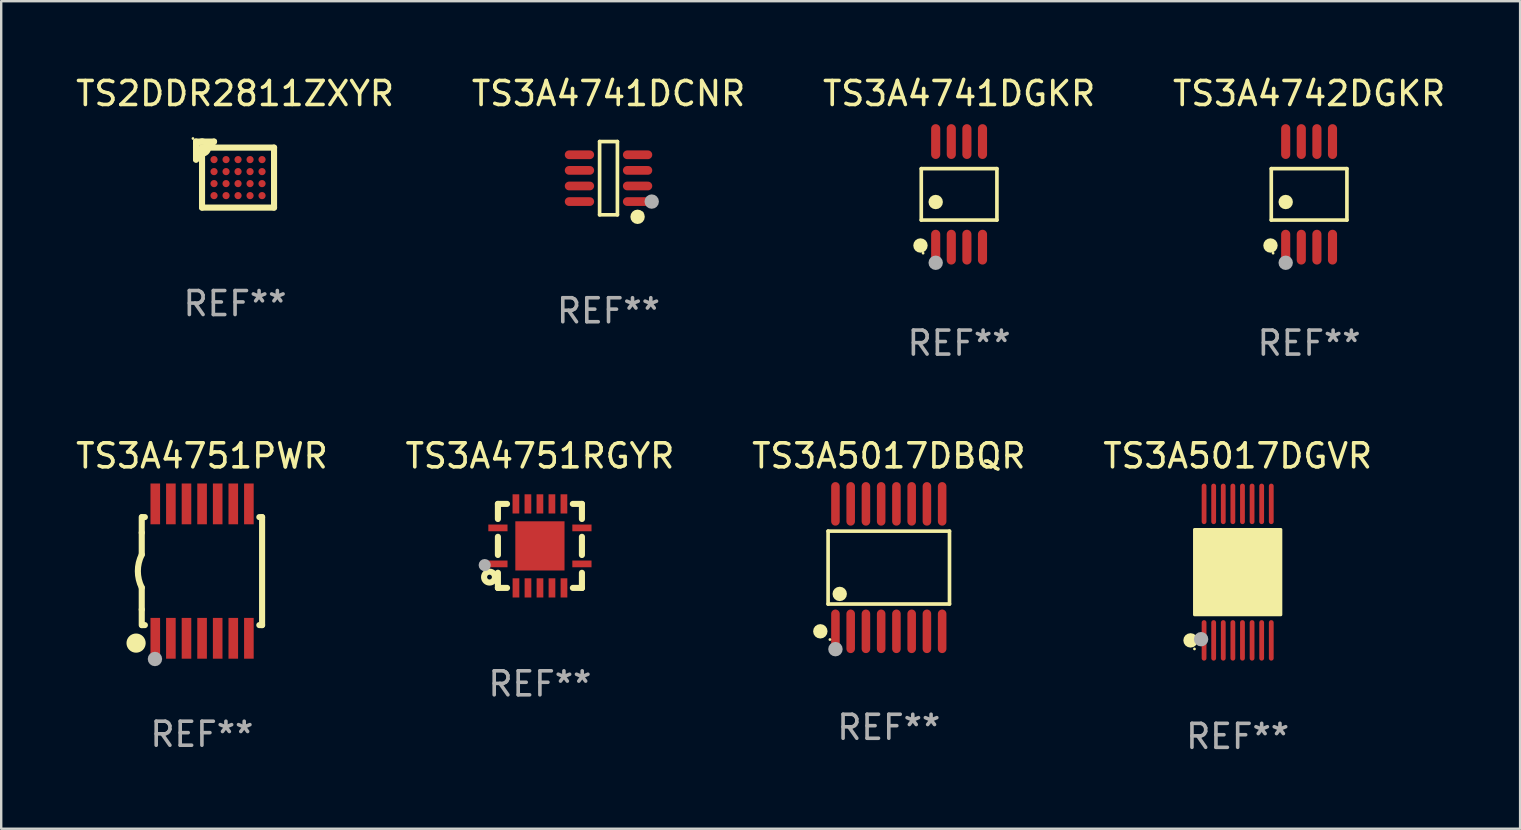
<source format=kicad_pcb>
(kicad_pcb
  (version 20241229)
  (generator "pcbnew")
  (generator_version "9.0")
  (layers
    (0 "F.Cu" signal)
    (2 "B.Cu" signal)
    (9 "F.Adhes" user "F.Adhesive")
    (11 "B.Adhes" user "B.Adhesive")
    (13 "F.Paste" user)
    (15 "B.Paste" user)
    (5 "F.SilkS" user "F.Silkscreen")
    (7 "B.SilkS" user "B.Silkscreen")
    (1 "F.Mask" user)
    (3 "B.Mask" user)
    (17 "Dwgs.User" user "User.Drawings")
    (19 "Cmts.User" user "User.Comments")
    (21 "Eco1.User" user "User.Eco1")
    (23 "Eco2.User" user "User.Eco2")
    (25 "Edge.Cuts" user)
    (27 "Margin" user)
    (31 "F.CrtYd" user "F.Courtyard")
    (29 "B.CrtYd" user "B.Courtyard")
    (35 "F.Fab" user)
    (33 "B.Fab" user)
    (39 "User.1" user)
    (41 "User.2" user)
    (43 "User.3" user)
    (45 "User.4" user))
  (footprint "TS3A4751PWR"
    (layer "F.Cu")
    (at 5.363 20.745)
    (property "Reference" "TS3A4751PWR" (at 0 -4.8 0) (layer "F.SilkS") (effects (font (size 1 1) (thickness 0.15))))
    (attr through_hole)
    (fp_line (start -2.507 -1.6) (end -2.507 -2.25) (stroke (width 0.254) (type solid)) (layer "F.SilkS"))
    (fp_line (start -2.507 -0.686) (end -2.507 -1.6) (stroke (width 0.254) (type solid)) (layer "F.SilkS"))
    (fp_line (start -2.507 1.6) (end -2.507 0.686) (stroke (width 0.254) (type solid)) (layer "F.SilkS"))
    (fp_line (start -2.507 1.6) (end -2.507 2.25) (stroke (width 0.254) (type solid)) (layer "F.SilkS"))
    (fp_line (start -2.493 -2.25) (end -2.377 -2.25) (stroke (width 0.254) (type solid)) (layer "F.SilkS"))
    (fp_line (start -2.377 2.25) (end -2.493 2.25) (stroke (width 0.254) (type solid)) (layer "F.SilkS"))
    (fp_line (start 2.392 -2.25) (end 2.507 -2.25) (stroke (width 0.254) (type solid)) (layer "F.SilkS"))
    (fp_line (start 2.507 -2.25) (end 2.507 2.25) (stroke (width 0.254) (type solid)) (layer "F.SilkS"))
    (fp_line (start 2.507 2.25) (end 2.392 2.25) (stroke (width 0.254) (type solid)) (layer "F.SilkS"))
    (fp_arc (start -2.507303 0.685802) (mid -2.669199 0) (end -2.507303 -0.685801) (stroke (width 0.254001) (type solid)) (layer "F.SilkS"))
    (fp_circle (center -2.743 3) (end -2.543 3) (stroke (width 0.4) (type solid)) (fill no) (layer "F.SilkS"))
    (fp_circle (center -2.493 3.2) (end -2.463 3.2) (stroke (width 0.06) (type solid)) (fill no) (layer "F.SilkS"))
    (fp_circle (center -1.957 3.662) (end -1.807 3.662) (stroke (width 0.3) (type solid)) (fill no) (layer "F.Fab"))
    (fp_text user "REF**" (at 0 6.8 0) (layer "F.Fab") (effects (font (size 1 1) (thickness 0.15))))
    (pad "1" smd rect (at -1.943 2.8) (size 0.4 1.7) (layers "F.Cu" "F.Mask" "F.Paste"))
    (pad "2" smd rect (at -1.293 2.8) (size 0.4 1.7) (layers "F.Cu" "F.Mask" "F.Paste"))
    (pad "3" smd rect (at -0.643 2.8) (size 0.4 1.7) (layers "F.Cu" "F.Mask" "F.Paste"))
    (pad "4" smd rect (at 0.007 2.8) (size 0.4 1.7) (layers "F.Cu" "F.Mask" "F.Paste"))
    (pad "5" smd rect (at 0.657 2.8) (size 0.4 1.7) (layers "F.Cu" "F.Mask" "F.Paste"))
    (pad "6" smd rect (at 1.307 2.8) (size 0.4 1.7) (layers "F.Cu" "F.Mask" "F.Paste"))
    (pad "7" smd rect (at 1.957 2.8) (size 0.4 1.7) (layers "F.Cu" "F.Mask" "F.Paste"))
    (pad "8" smd rect (at 1.957 -2.8) (size 0.4 1.7) (layers "F.Cu" "F.Mask" "F.Paste"))
    (pad "9" smd rect (at 1.307 -2.8) (size 0.4 1.7) (layers "F.Cu" "F.Mask" "F.Paste"))
    (pad "10" smd rect (at 0.657 -2.8) (size 0.4 1.7) (layers "F.Cu" "F.Mask" "F.Paste"))
    (pad "11" smd rect (at 0.007 -2.8) (size 0.4 1.7) (layers "F.Cu" "F.Mask" "F.Paste"))
    (pad "12" smd rect (at -0.643 -2.8) (size 0.4 1.7) (layers "F.Cu" "F.Mask" "F.Paste"))
    (pad "13" smd rect (at -1.293 -2.8) (size 0.4 1.7) (layers "F.Cu" "F.Mask" "F.Paste"))
    (pad "14" smd rect (at -1.943 -2.8) (size 0.4 1.7) (layers "F.Cu" "F.Mask" "F.Paste")))
  (footprint "TS2DDR2811ZXYR"
    (layer "F.Cu")
    (at 6.744 4.224)
    (property "Reference" "TS2DDR2811ZXYR" (at 0 -3.376 0) (layer "F.SilkS") (effects (font (size 1 1) (thickness 0.15))))
    (attr through_hole)
    (fp_line (start -1.626 -1.376) (end -1.626 -0.624) (stroke (width 0.254) (type solid)) (layer "F.SilkS"))
    (fp_line (start -1.626 -0.624) (end -0.876 -1.376) (stroke (width 0.254) (type solid)) (layer "F.SilkS"))
    (fp_line (start -1.377 -1.376) (end -1.626 -1.376) (stroke (width 0.254) (type solid)) (layer "F.SilkS"))
    (fp_line (start -1.377 -1.124) (end 1.626 -1.124) (stroke (width 0.254) (type solid)) (layer "F.SilkS"))
    (fp_line (start -1.376 -1.374) (end -0.876 -1.374) (stroke (width 0.254) (type solid)) (layer "F.SilkS"))
    (fp_line (start -1.376 1.376) (end -1.376 -1.124) (stroke (width 0.254) (type solid)) (layer "F.SilkS"))
    (fp_line (start 1.624 -1.124) (end 1.624 1.376) (stroke (width 0.254) (type solid)) (layer "F.SilkS"))
    (fp_line (start 1.624 1.376) (end -1.376 1.376) (stroke (width 0.254) (type solid)) (layer "F.SilkS"))
    (fp_circle (center -1.753 -1.503) (end -1.723 -1.503) (stroke (width 0.06) (type solid)) (fill no) (layer "F.SilkS"))
    (fp_circle (center -1.375 -1.124) (end -1.25 -1.124) (stroke (width 0.254) (type solid)) (fill no) (layer "F.SilkS"))
    (fp_text user "REF**" (at 0 5.376 0) (layer "F.Fab") (effects (font (size 1 1) (thickness 0.15))))
    (pad "A1" smd circle (at -0.876 -0.624) (size 0.3 0.3) (layers "F.Cu" "F.Mask" "F.Paste"))
    (pad "A2" smd circle (at -0.375 -0.624) (size 0.3 0.3) (layers "F.Cu" "F.Mask" "F.Paste"))
    (pad "A3" smd circle (at 0.124 -0.624) (size 0.3 0.3) (layers "F.Cu" "F.Mask" "F.Paste"))
    (pad "A4" smd circle (at 0.625 -0.624) (size 0.3 0.3) (layers "F.Cu" "F.Mask" "F.Paste"))
    (pad "A5" smd circle (at 1.124 -0.624) (size 0.3 0.3) (layers "F.Cu" "F.Mask" "F.Paste"))
    (pad "B1" smd circle (at -0.876 -0.124) (size 0.3 0.3) (layers "F.Cu" "F.Mask" "F.Paste"))
    (pad "B2" smd circle (at -0.375 -0.124) (size 0.3 0.3) (layers "F.Cu" "F.Mask" "F.Paste"))
    (pad "B3" smd circle (at 0.124 -0.124) (size 0.3 0.3) (layers "F.Cu" "F.Mask" "F.Paste"))
    (pad "B4" smd circle (at 0.625 -0.124) (size 0.3 0.3) (layers "F.Cu" "F.Mask" "F.Paste"))
    (pad "B5" smd circle (at 1.124 -0.124) (size 0.3 0.3) (layers "F.Cu" "F.Mask" "F.Paste"))
    (pad "C1" smd circle (at -0.876 0.376) (size 0.3 0.3) (layers "F.Cu" "F.Mask" "F.Paste"))
    (pad "C2" smd circle (at -0.375 0.376) (size 0.3 0.3) (layers "F.Cu" "F.Mask" "F.Paste"))
    (pad "C3" smd circle (at 0.124 0.376) (size 0.3 0.3) (layers "F.Cu" "F.Mask" "F.Paste"))
    (pad "C4" smd circle (at 0.625 0.376) (size 0.3 0.3) (layers "F.Cu" "F.Mask" "F.Paste"))
    (pad "C5" smd circle (at 1.124 0.376) (size 0.3 0.3) (layers "F.Cu" "F.Mask" "F.Paste"))
    (pad "D1" smd circle (at -0.876 0.876) (size 0.3 0.3) (layers "F.Cu" "F.Mask" "F.Paste"))
    (pad "D2" smd circle (at -0.375 0.876) (size 0.3 0.3) (layers "F.Cu" "F.Mask" "F.Paste"))
    (pad "D3" smd circle (at 0.124 0.876) (size 0.3 0.3) (layers "F.Cu" "F.Mask" "F.Paste"))
    (pad "D4" smd circle (at 0.625 0.876) (size 0.3 0.3) (layers "F.Cu" "F.Mask" "F.Paste"))
    (pad "D5" smd circle (at 1.124 0.876) (size 0.3 0.3) (layers "F.Cu" "F.Mask" "F.Paste")))
  (footprint "TS3A4741DGKR"
    (layer "F.Cu")
    (at 36.911 5.048)
    (property "Reference" "TS3A4741DGKR" (at 0 -4.2 0) (layer "F.SilkS") (effects (font (size 1 1) (thickness 0.15))))
    (attr through_hole)
    (fp_line (start -1.576 -1.071) (end 1.576 -1.071) (stroke (width 0.152) (type solid)) (layer "F.SilkS"))
    (fp_line (start -1.576 1.071) (end -1.576 -1.071) (stroke (width 0.152) (type solid)) (layer "F.SilkS"))
    (fp_line (start 1.576 -1.071) (end 1.576 1.071) (stroke (width 0.152) (type solid)) (layer "F.SilkS"))
    (fp_line (start 1.576 1.071) (end -1.576 1.071) (stroke (width 0.152) (type solid)) (layer "F.SilkS"))
    (fp_circle (center -1.609 2.131) (end -1.459 2.131) (stroke (width 0.3) (type solid)) (fill no) (layer "F.SilkS"))
    (fp_circle (center -1.5 2.45) (end -1.47 2.45) (stroke (width 0.06) (type solid)) (fill no) (layer "F.SilkS"))
    (fp_circle (center -0.975 0.319) (end -0.825 0.319) (stroke (width 0.3) (type solid)) (fill no) (layer "F.SilkS"))
    (fp_circle (center -0.975 2.85) (end -0.825 2.85) (stroke (width 0.3) (type solid)) (fill no) (layer "F.Fab"))
    (fp_text user "REF**" (at 0 6.2 0) (layer "F.Fab") (effects (font (size 1 1) (thickness 0.15))))
    (pad "1" smd oval (at -0.975 2.2) (size 0.38 1.45) (layers "F.Cu" "F.Mask" "F.Paste"))
    (pad "2" smd oval (at -0.325 2.2) (size 0.38 1.45) (layers "F.Cu" "F.Mask" "F.Paste"))
    (pad "3" smd oval (at 0.325 2.2) (size 0.38 1.45) (layers "F.Cu" "F.Mask" "F.Paste"))
    (pad "4" smd oval (at 0.975 2.2) (size 0.38 1.45) (layers "F.Cu" "F.Mask" "F.Paste"))
    (pad "5" smd oval (at 0.975 -2.2) (size 0.38 1.45) (layers "F.Cu" "F.Mask" "F.Paste"))
    (pad "6" smd oval (at 0.325 -2.2) (size 0.38 1.45) (layers "F.Cu" "F.Mask" "F.Paste"))
    (pad "7" smd oval (at -0.325 -2.2) (size 0.38 1.45) (layers "F.Cu" "F.Mask" "F.Paste"))
    (pad "8" smd oval (at -0.975 -2.2) (size 0.38 1.45) (layers "F.Cu" "F.Mask" "F.Paste")))
  (footprint "TS3A4751RGYR"
    (layer "F.Cu")
    (at 19.446 19.695)
    (property "Reference" "TS3A4751RGYR" (at 0 -3.75 0) (layer "F.SilkS") (effects (font (size 1 1) (thickness 0.15))))
    (attr through_hole)
    (fp_line (start -1.75 1.75) (end -1.37 1.75) (stroke (width 0.254) (type solid)) (layer "F.SilkS"))
    (fp_line (start -1.75 -1.75) (end -1.75 -1.121) (stroke (width 0.254) (type solid)) (layer "F.SilkS"))
    (fp_line (start -1.75 -0.379) (end -1.75 0.377) (stroke (width 0.254) (type solid)) (layer "F.SilkS"))
    (fp_line (start -1.75 1.119) (end -1.75 1.75) (stroke (width 0.254) (type solid)) (layer "F.SilkS"))
    (fp_line (start -1.75 1.75) (end -1.75 1.75) (stroke (width 0.254) (type solid)) (layer "F.SilkS"))
    (fp_line (start -1.371 -1.75) (end -1.75 -1.75) (stroke (width 0.254) (type solid)) (layer "F.SilkS"))
    (fp_line (start 1.373 1.75) (end 1.75 1.75) (stroke (width 0.254) (type solid)) (layer "F.SilkS"))
    (fp_line (start 1.75 1.75) (end 1.75 1.75) (stroke (width 0.254) (type solid)) (layer "F.SilkS"))
    (fp_line (start 1.75 -1.75) (end 1.371 -1.75) (stroke (width 0.254) (type solid)) (layer "F.SilkS"))
    (fp_line (start 1.75 -1.121) (end 1.75 -1.75) (stroke (width 0.254) (type solid)) (layer "F.SilkS"))
    (fp_line (start 1.75 0.379) (end 1.75 -0.379) (stroke (width 0.254) (type solid)) (layer "F.SilkS"))
    (fp_line (start 1.75 1.75) (end 1.75 1.121) (stroke (width 0.254) (type solid)) (layer "F.SilkS"))
    (fp_circle (center -2.1 1.3) (end -2 1.3) (stroke (width 0.254) (type solid)) (fill no) (layer "F.SilkS"))
    (fp_circle (center -1.747 1.751) (end -1.717 1.751) (stroke (width 0.06) (type solid)) (fill no) (layer "F.SilkS"))
    (fp_circle (center -2.3 0.8) (end -2.173 0.8) (stroke (width 0.254) (type solid)) (fill no) (layer "F.Fab"))
    (fp_text user "REF**" (at 0 5.75 0) (layer "F.Fab") (effects (font (size 1 1) (thickness 0.15))))
    (pad "1" smd rect (at -1.75 0.75 270) (size 0.28 0.8) (layers "F.Cu" "F.Mask" "F.Paste"))
    (pad "2" smd rect (at -0.998 1.75 180) (size 0.28 0.8) (layers "F.Cu" "F.Mask" "F.Paste"))
    (pad "3" smd rect (at -0.498 1.75 180) (size 0.28 0.8) (layers "F.Cu" "F.Mask" "F.Paste"))
    (pad "4" smd rect (at 0.002 1.75 180) (size 0.28 0.8) (layers "F.Cu" "F.Mask" "F.Paste"))
    (pad "5" smd rect (at 0.502 1.75 180) (size 0.28 0.8) (layers "F.Cu" "F.Mask" "F.Paste"))
    (pad "6" smd rect (at 1.002 1.75 180) (size 0.28 0.8) (layers "F.Cu" "F.Mask" "F.Paste"))
    (pad "7" smd rect (at 1.75 0.75 270) (size 0.28 0.8) (layers "F.Cu" "F.Mask" "F.Paste"))
    (pad "8" smd rect (at 1.75 -0.75 270) (size 0.28 0.8) (layers "F.Cu" "F.Mask" "F.Paste"))
    (pad "9" smd rect (at 1 -1.75) (size 0.28 0.8) (layers "F.Cu" "F.Mask" "F.Paste"))
    (pad "10" smd rect (at 0.5 -1.75) (size 0.28 0.8) (layers "F.Cu" "F.Mask" "F.Paste"))
    (pad "11" smd rect (at 0 -1.75) (size 0.28 0.8) (layers "F.Cu" "F.Mask" "F.Paste"))
    (pad "12" smd rect (at -0.5 -1.75) (size 0.28 0.8) (layers "F.Cu" "F.Mask" "F.Paste"))
    (pad "13" smd rect (at -1 -1.75) (size 0.28 0.8) (layers "F.Cu" "F.Mask" "F.Paste"))
    (pad "14" smd rect (at -1.75 -0.75 90) (size 0.28 0.8) (layers "F.Cu" "F.Mask" "F.Paste"))
    (pad "15" smd rect (at 0 0 180) (size 2.05 2.05) (layers "F.Cu" "F.Mask" "F.Paste")))
  (footprint "TS3A4741DCNR"
    (layer "F.Cu")
    (at 22.304 4.374)
    (property "Reference" "TS3A4741DCNR" (at 0 -3.526 0) (layer "F.SilkS") (effects (font (size 1 1) (thickness 0.15))))
    (attr through_hole)
    (fp_line (start -0.371 -1.526) (end 0.371 -1.526) (stroke (width 0.152) (type solid)) (layer "F.SilkS"))
    (fp_line (start -0.371 1.526) (end -0.371 -1.526) (stroke (width 0.152) (type solid)) (layer "F.SilkS"))
    (fp_line (start 0.371 -1.526) (end 0.371 1.526) (stroke (width 0.152) (type solid)) (layer "F.SilkS"))
    (fp_line (start 0.371 1.526) (end -0.371 1.526) (stroke (width 0.152) (type solid)) (layer "F.SilkS"))
    (fp_circle (center 1.211 1.609) (end 1.361 1.609) (stroke (width 0.3) (type solid)) (fill no) (layer "F.SilkS"))
    (fp_circle (center 1.4 1.45) (end 1.43 1.45) (stroke (width 0.06) (type solid)) (fill no) (layer "F.SilkS"))
    (fp_circle (center 1.8 0.975) (end 1.95 0.975) (stroke (width 0.3) (type solid)) (fill no) (layer "F.Fab"))
    (fp_text user "REF**" (at 0 5.526 0) (layer "F.Fab") (effects (font (size 1 1) (thickness 0.15))))
    (pad "1" smd oval (at 1.211 0.975) (size 1.222 0.364) (layers "F.Cu" "F.Mask" "F.Paste"))
    (pad "2" smd oval (at 1.211 0.325) (size 1.222 0.364) (layers "F.Cu" "F.Mask" "F.Paste"))
    (pad "3" smd oval (at 1.211 -0.325) (size 1.222 0.364) (layers "F.Cu" "F.Mask" "F.Paste"))
    (pad "4" smd oval (at 1.211 -0.975) (size 1.222 0.364) (layers "F.Cu" "F.Mask" "F.Paste"))
    (pad "5" smd oval (at -1.211 -0.975) (size 1.222 0.364) (layers "F.Cu" "F.Mask" "F.Paste"))
    (pad "6" smd oval (at -1.211 -0.325) (size 1.222 0.364) (layers "F.Cu" "F.Mask" "F.Paste"))
    (pad "7" smd oval (at -1.211 0.325) (size 1.222 0.364) (layers "F.Cu" "F.Mask" "F.Paste"))
    (pad "8" smd oval (at -1.211 0.975) (size 1.222 0.364) (layers "F.Cu" "F.Mask" "F.Paste")))
  (footprint "TS3A5017DBQR"
    (layer "F.Cu")
    (at 33.982 20.599)
    (property "Reference" "TS3A5017DBQR" (at 0 -4.655 0) (layer "F.SilkS") (effects (font (size 1 1) (thickness 0.15))))
    (attr through_hole)
    (fp_line (start -2.529 -1.519) (end 2.529 -1.519) (stroke (width 0.152) (type solid)) (layer "F.SilkS"))
    (fp_line (start -2.529 1.519) (end -2.529 -1.519) (stroke (width 0.152) (type solid)) (layer "F.SilkS"))
    (fp_line (start 2.529 -1.519) (end 2.529 1.519) (stroke (width 0.152) (type solid)) (layer "F.SilkS"))
    (fp_line (start 2.529 1.519) (end -2.529 1.519) (stroke (width 0.152) (type solid)) (layer "F.SilkS"))
    (fp_circle (center -2.853 2.655) (end -2.703 2.655) (stroke (width 0.3) (type solid)) (fill no) (layer "F.SilkS"))
    (fp_circle (center -2.453 2.998) (end -2.423 2.998) (stroke (width 0.06) (type solid)) (fill no) (layer "F.SilkS"))
    (fp_circle (center -2.045 1.097) (end -1.895 1.097) (stroke (width 0.3) (type solid)) (fill no) (layer "F.SilkS"))
    (fp_circle (center -2.223 3.398) (end -2.072 3.398) (stroke (width 0.3) (type solid)) (fill no) (layer "F.Fab"))
    (fp_text user "REF**" (at 0 6.655 0) (layer "F.Fab") (effects (font (size 1 1) (thickness 0.15))))
    (pad "1" smd oval (at -2.223 2.655) (size 0.356 1.815) (layers "F.Cu" "F.Mask" "F.Paste"))
    (pad "2" smd oval (at -1.588 2.655) (size 0.356 1.815) (layers "F.Cu" "F.Mask" "F.Paste"))
    (pad "3" smd oval (at -0.953 2.655) (size 0.356 1.815) (layers "F.Cu" "F.Mask" "F.Paste"))
    (pad "4" smd oval (at -0.318 2.655) (size 0.356 1.815) (layers "F.Cu" "F.Mask" "F.Paste"))
    (pad "5" smd oval (at 0.318 2.655) (size 0.356 1.815) (layers "F.Cu" "F.Mask" "F.Paste"))
    (pad "6" smd oval (at 0.953 2.655) (size 0.356 1.815) (layers "F.Cu" "F.Mask" "F.Paste"))
    (pad "7" smd oval (at 1.588 2.655) (size 0.356 1.815) (layers "F.Cu" "F.Mask" "F.Paste"))
    (pad "8" smd oval (at 2.223 2.655) (size 0.356 1.815) (layers "F.Cu" "F.Mask" "F.Paste"))
    (pad "9" smd oval (at 2.223 -2.655) (size 0.356 1.815) (layers "F.Cu" "F.Mask" "F.Paste"))
    (pad "10" smd oval (at 1.588 -2.655) (size 0.356 1.815) (layers "F.Cu" "F.Mask" "F.Paste"))
    (pad "11" smd oval (at 0.953 -2.655) (size 0.356 1.815) (layers "F.Cu" "F.Mask" "F.Paste"))
    (pad "12" smd oval (at 0.318 -2.655) (size 0.356 1.815) (layers "F.Cu" "F.Mask" "F.Paste"))
    (pad "13" smd oval (at -0.318 -2.655) (size 0.356 1.815) (layers "F.Cu" "F.Mask" "F.Paste"))
    (pad "14" smd oval (at -0.953 -2.655) (size 0.356 1.815) (layers "F.Cu" "F.Mask" "F.Paste"))
    (pad "15" smd oval (at -1.588 -2.655) (size 0.356 1.815) (layers "F.Cu" "F.Mask" "F.Paste"))
    (pad "16" smd oval (at -2.223 -2.655) (size 0.356 1.815) (layers "F.Cu" "F.Mask" "F.Paste")))
  (footprint "TS3A5017DGVR"
    (layer "F.Cu")
    (at 48.518 20.788)
    (property "Reference" "TS3A5017DGVR" (at 0 -4.844 0) (layer "F.SilkS") (effects (font (size 1 1) (thickness 0.15))))
    (attr through_hole)
    (fp_circle (center -1.964 2.844) (end -1.814 2.844) (stroke (width 0.3) (type solid)) (fill no) (layer "F.SilkS"))
    (fp_circle (center -1.8 3.2) (end -1.77 3.2) (stroke (width 0.06) (type solid)) (fill no) (layer "F.SilkS"))
    (fp_circle (center -1.4 1.019) (end -1.25 1.019) (stroke (width 0.3) (type solid)) (fill no) (layer "F.SilkS"))
    (fp_poly (pts (xy -1.8 -1.778) (xy 1.8 -1.778) (xy 1.8 1.778) (xy -1.8 1.778)) (stroke (width 0.12) (type solid)) (fill yes) (layer "F.SilkS"))
    (fp_circle (center -1.524 2.794) (end -1.374 2.794) (stroke (width 0.3) (type solid)) (fill no) (layer "F.Fab"))
    (fp_text user "REF**" (at 0 6.844 0) (layer "F.Fab") (effects (font (size 1 1) (thickness 0.15))))
    (pad "1" smd oval (at -1.4 2.844) (size 0.2 1.687) (layers "F.Cu" "F.Mask" "F.Paste"))
    (pad "2" smd oval (at -1 2.844) (size 0.2 1.687) (layers "F.Cu" "F.Mask" "F.Paste"))
    (pad "3" smd oval (at -0.6 2.844) (size 0.2 1.687) (layers "F.Cu" "F.Mask" "F.Paste"))
    (pad "4" smd oval (at -0.2 2.844) (size 0.2 1.687) (layers "F.Cu" "F.Mask" "F.Paste"))
    (pad "5" smd oval (at 0.2 2.844) (size 0.2 1.687) (layers "F.Cu" "F.Mask" "F.Paste"))
    (pad "6" smd oval (at 0.6 2.844) (size 0.2 1.687) (layers "F.Cu" "F.Mask" "F.Paste"))
    (pad "7" smd oval (at 1 2.844) (size 0.2 1.687) (layers "F.Cu" "F.Mask" "F.Paste"))
    (pad "8" smd oval (at 1.4 2.844) (size 0.2 1.687) (layers "F.Cu" "F.Mask" "F.Paste"))
    (pad "9" smd oval (at 1.4 -2.844) (size 0.2 1.687) (layers "F.Cu" "F.Mask" "F.Paste"))
    (pad "10" smd oval (at 1 -2.844) (size 0.2 1.687) (layers "F.Cu" "F.Mask" "F.Paste"))
    (pad "11" smd oval (at 0.6 -2.844) (size 0.2 1.687) (layers "F.Cu" "F.Mask" "F.Paste"))
    (pad "12" smd oval (at 0.2 -2.844) (size 0.2 1.687) (layers "F.Cu" "F.Mask" "F.Paste"))
    (pad "13" smd oval (at -0.2 -2.844) (size 0.2 1.687) (layers "F.Cu" "F.Mask" "F.Paste"))
    (pad "14" smd oval (at -0.6 -2.844) (size 0.2 1.687) (layers "F.Cu" "F.Mask" "F.Paste"))
    (pad "15" smd oval (at -1 -2.844) (size 0.2 1.687) (layers "F.Cu" "F.Mask" "F.Paste"))
    (pad "16" smd oval (at -1.4 -2.844) (size 0.2 1.687) (layers "F.Cu" "F.Mask" "F.Paste")))
  (footprint "TS3A4742DGKR"
    (layer "F.Cu")
    (at 51.494 5.048)
    (property "Reference" "TS3A4742DGKR" (at 0 -4.2 0) (layer "F.SilkS") (effects (font (size 1 1) (thickness 0.15))))
    (attr through_hole)
    (fp_line (start -1.576 -1.071) (end 1.576 -1.071) (stroke (width 0.152) (type solid)) (layer "F.SilkS"))
    (fp_line (start -1.576 1.071) (end -1.576 -1.071) (stroke (width 0.152) (type solid)) (layer "F.SilkS"))
    (fp_line (start 1.576 -1.071) (end 1.576 1.071) (stroke (width 0.152) (type solid)) (layer "F.SilkS"))
    (fp_line (start 1.576 1.071) (end -1.576 1.071) (stroke (width 0.152) (type solid)) (layer "F.SilkS"))
    (fp_circle (center -1.609 2.131) (end -1.459 2.131) (stroke (width 0.3) (type solid)) (fill no) (layer "F.SilkS"))
    (fp_circle (center -1.5 2.45) (end -1.47 2.45) (stroke (width 0.06) (type solid)) (fill no) (layer "F.SilkS"))
    (fp_circle (center -0.975 0.319) (end -0.825 0.319) (stroke (width 0.3) (type solid)) (fill no) (layer "F.SilkS"))
    (fp_circle (center -0.975 2.85) (end -0.825 2.85) (stroke (width 0.3) (type solid)) (fill no) (layer "F.Fab"))
    (fp_text user "REF**" (at 0 6.2 0) (layer "F.Fab") (effects (font (size 1 1) (thickness 0.15))))
    (pad "1" smd oval (at -0.975 2.2) (size 0.38 1.45) (layers "F.Cu" "F.Mask" "F.Paste"))
    (pad "2" smd oval (at -0.325 2.2) (size 0.38 1.45) (layers "F.Cu" "F.Mask" "F.Paste"))
    (pad "3" smd oval (at 0.325 2.2) (size 0.38 1.45) (layers "F.Cu" "F.Mask" "F.Paste"))
    (pad "4" smd oval (at 0.975 2.2) (size 0.38 1.45) (layers "F.Cu" "F.Mask" "F.Paste"))
    (pad "5" smd oval (at 0.975 -2.2) (size 0.38 1.45) (layers "F.Cu" "F.Mask" "F.Paste"))
    (pad "6" smd oval (at 0.325 -2.2) (size 0.38 1.45) (layers "F.Cu" "F.Mask" "F.Paste"))
    (pad "7" smd oval (at -0.325 -2.2) (size 0.38 1.45) (layers "F.Cu" "F.Mask" "F.Paste"))
    (pad "8" smd oval (at -0.975 -2.2) (size 0.38 1.45) (layers "F.Cu" "F.Mask" "F.Paste")))
  (gr_rect
    (start -3 -3)
    (end 60.286 31.48)
    (stroke (width 0.1) (type default))
    (fill no)
    (layer "Edge.Cuts")))
</source>
